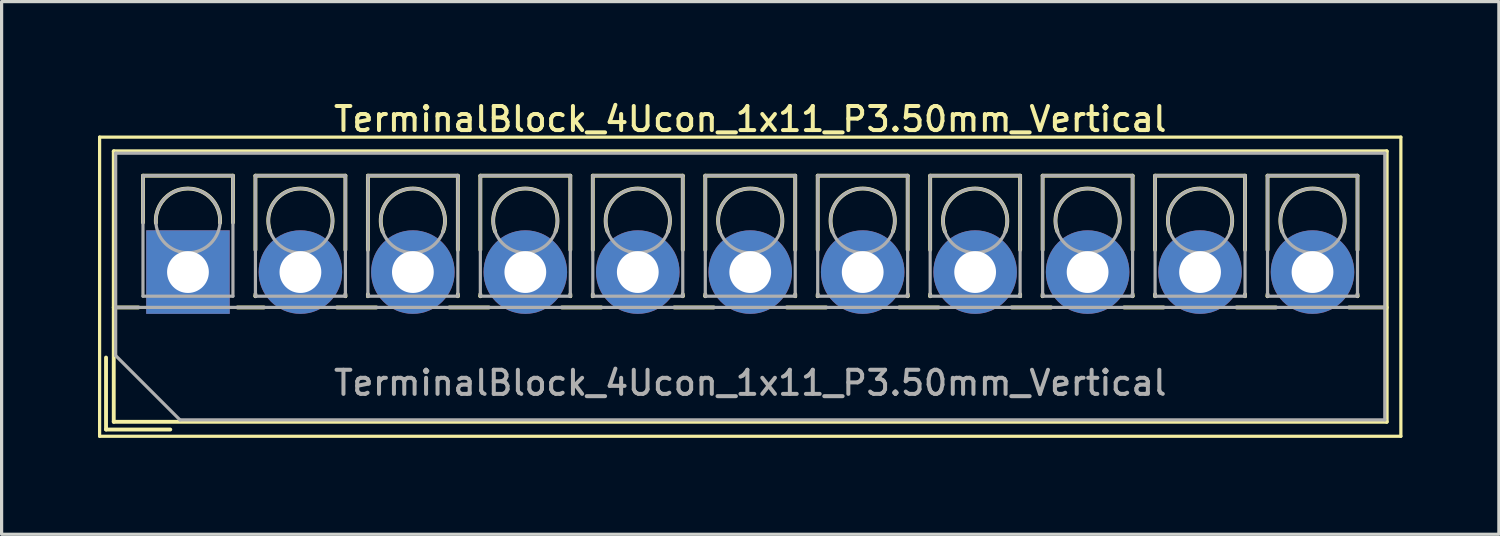
<source format=kicad_pcb>
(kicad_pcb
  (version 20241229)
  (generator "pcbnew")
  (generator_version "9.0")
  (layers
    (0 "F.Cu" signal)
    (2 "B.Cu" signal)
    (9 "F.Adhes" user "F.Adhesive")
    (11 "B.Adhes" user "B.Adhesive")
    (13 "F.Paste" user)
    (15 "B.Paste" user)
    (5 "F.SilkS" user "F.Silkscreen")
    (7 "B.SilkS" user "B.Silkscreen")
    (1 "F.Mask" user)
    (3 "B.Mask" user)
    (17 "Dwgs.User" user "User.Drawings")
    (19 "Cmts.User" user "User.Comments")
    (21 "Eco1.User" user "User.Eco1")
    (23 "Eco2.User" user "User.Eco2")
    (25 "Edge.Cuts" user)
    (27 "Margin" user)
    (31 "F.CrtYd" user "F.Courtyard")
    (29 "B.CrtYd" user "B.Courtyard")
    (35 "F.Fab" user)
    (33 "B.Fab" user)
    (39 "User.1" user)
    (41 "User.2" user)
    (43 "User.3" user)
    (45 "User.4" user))
  (footprint "TerminalBlock_4Ucon_1x11_P3.50mm_Vertical"
    (layer "F.Cu")
    (at 2.8 5.418)
    (property "Reference" "TerminalBlock_4Ucon_1x11_P3.50mm_Vertical" (at 17.5 -4.76 0) (layer "F.SilkS") (effects (font (size 0.75 0.75) (thickness 0.125))))
    (attr through_hole)
    (fp_line (start -2.75 -4.2) (end -2.75 5.11) (stroke (width 0.1) (type solid)) (layer "F.SilkS"))
    (fp_line (start -2.75 5.11) (end 37.75 5.11) (stroke (width 0.1) (type solid)) (layer "F.SilkS"))
    (fp_line (start -2.55 2.66) (end -2.55 4.9) (stroke (width 0.12) (type solid)) (layer "F.SilkS"))
    (fp_line (start -2.55 4.9) (end -0.55 4.9) (stroke (width 0.12) (type solid)) (layer "F.SilkS"))
    (fp_line (start -2.31 -3.76) (end -2.31 4.66) (stroke (width 0.12) (type solid)) (layer "F.SilkS"))
    (fp_line (start -2.31 -3.76) (end 37.31 -3.76) (stroke (width 0.12) (type solid)) (layer "F.SilkS"))
    (fp_line (start -2.31 1.101) (end -1.54 1.101) (stroke (width 0.12) (type solid)) (layer "F.SilkS"))
    (fp_line (start -2.31 4.66) (end 37.31 4.66) (stroke (width 0.12) (type solid)) (layer "F.SilkS"))
    (fp_line (start -1.4 -3) (end -1.4 -1.54) (stroke (width 0.12) (type solid)) (layer "F.SilkS"))
    (fp_line (start -1.4 -3) (end 1.4 -3) (stroke (width 0.12) (type solid)) (layer "F.SilkS"))
    (fp_line (start 1.4 -3) (end 1.4 -1.54) (stroke (width 0.12) (type solid)) (layer "F.SilkS"))
    (fp_line (start 1.54 1.101) (end 2.367 1.101) (stroke (width 0.12) (type solid)) (layer "F.SilkS"))
    (fp_line (start 2.1 -3) (end 2.1 -0.689) (stroke (width 0.12) (type solid)) (layer "F.SilkS"))
    (fp_line (start 2.1 -3) (end 4.9 -3) (stroke (width 0.12) (type solid)) (layer "F.SilkS"))
    (fp_line (start 2.1 0.689) (end 2.1 0.75) (stroke (width 0.12) (type solid)) (layer "F.SilkS"))
    (fp_line (start 2.1 0.75) (end 2.101 0.75) (stroke (width 0.12) (type solid)) (layer "F.SilkS"))
    (fp_line (start 4.634 1.101) (end 5.867 1.101) (stroke (width 0.12) (type solid)) (layer "F.SilkS"))
    (fp_line (start 4.9 -3) (end 4.9 -0.689) (stroke (width 0.12) (type solid)) (layer "F.SilkS"))
    (fp_line (start 4.9 0.689) (end 4.9 0.75) (stroke (width 0.12) (type solid)) (layer "F.SilkS"))
    (fp_line (start 4.9 0.75) (end 4.9 0.75) (stroke (width 0.12) (type solid)) (layer "F.SilkS"))
    (fp_line (start 5.6 -3) (end 5.6 -0.689) (stroke (width 0.12) (type solid)) (layer "F.SilkS"))
    (fp_line (start 5.6 -3) (end 8.4 -3) (stroke (width 0.12) (type solid)) (layer "F.SilkS"))
    (fp_line (start 5.6 0.689) (end 5.6 0.75) (stroke (width 0.12) (type solid)) (layer "F.SilkS"))
    (fp_line (start 5.6 0.75) (end 5.601 0.75) (stroke (width 0.12) (type solid)) (layer "F.SilkS"))
    (fp_line (start 8.134 1.101) (end 9.367 1.101) (stroke (width 0.12) (type solid)) (layer "F.SilkS"))
    (fp_line (start 8.4 -3) (end 8.4 -0.689) (stroke (width 0.12) (type solid)) (layer "F.SilkS"))
    (fp_line (start 8.4 0.689) (end 8.4 0.75) (stroke (width 0.12) (type solid)) (layer "F.SilkS"))
    (fp_line (start 8.4 0.75) (end 8.4 0.75) (stroke (width 0.12) (type solid)) (layer "F.SilkS"))
    (fp_line (start 9.1 -3) (end 9.1 -0.689) (stroke (width 0.12) (type solid)) (layer "F.SilkS"))
    (fp_line (start 9.1 -3) (end 11.9 -3) (stroke (width 0.12) (type solid)) (layer "F.SilkS"))
    (fp_line (start 9.1 0.689) (end 9.1 0.75) (stroke (width 0.12) (type solid)) (layer "F.SilkS"))
    (fp_line (start 9.1 0.75) (end 9.101 0.75) (stroke (width 0.12) (type solid)) (layer "F.SilkS"))
    (fp_line (start 11.634 1.101) (end 12.867 1.101) (stroke (width 0.12) (type solid)) (layer "F.SilkS"))
    (fp_line (start 11.9 -3) (end 11.9 -0.689) (stroke (width 0.12) (type solid)) (layer "F.SilkS"))
    (fp_line (start 11.9 0.689) (end 11.9 0.75) (stroke (width 0.12) (type solid)) (layer "F.SilkS"))
    (fp_line (start 11.9 0.75) (end 11.9 0.75) (stroke (width 0.12) (type solid)) (layer "F.SilkS"))
    (fp_line (start 12.6 -3) (end 12.6 -0.689) (stroke (width 0.12) (type solid)) (layer "F.SilkS"))
    (fp_line (start 12.6 -3) (end 15.4 -3) (stroke (width 0.12) (type solid)) (layer "F.SilkS"))
    (fp_line (start 12.6 0.689) (end 12.6 0.75) (stroke (width 0.12) (type solid)) (layer "F.SilkS"))
    (fp_line (start 12.6 0.75) (end 12.601 0.75) (stroke (width 0.12) (type solid)) (layer "F.SilkS"))
    (fp_line (start 15.134 1.101) (end 16.367 1.101) (stroke (width 0.12) (type solid)) (layer "F.SilkS"))
    (fp_line (start 15.4 -3) (end 15.4 -0.689) (stroke (width 0.12) (type solid)) (layer "F.SilkS"))
    (fp_line (start 15.4 0.689) (end 15.4 0.75) (stroke (width 0.12) (type solid)) (layer "F.SilkS"))
    (fp_line (start 15.4 0.75) (end 15.4 0.75) (stroke (width 0.12) (type solid)) (layer "F.SilkS"))
    (fp_line (start 16.101 -3) (end 16.101 -0.689) (stroke (width 0.12) (type solid)) (layer "F.SilkS"))
    (fp_line (start 16.101 -3) (end 18.9 -3) (stroke (width 0.12) (type solid)) (layer "F.SilkS"))
    (fp_line (start 16.101 0.689) (end 16.101 0.75) (stroke (width 0.12) (type solid)) (layer "F.SilkS"))
    (fp_line (start 16.101 0.75) (end 16.101 0.75) (stroke (width 0.12) (type solid)) (layer "F.SilkS"))
    (fp_line (start 18.634 1.101) (end 19.867 1.101) (stroke (width 0.12) (type solid)) (layer "F.SilkS"))
    (fp_line (start 18.9 -3) (end 18.9 -0.689) (stroke (width 0.12) (type solid)) (layer "F.SilkS"))
    (fp_line (start 18.9 0.689) (end 18.9 0.75) (stroke (width 0.12) (type solid)) (layer "F.SilkS"))
    (fp_line (start 18.9 0.75) (end 18.9 0.75) (stroke (width 0.12) (type solid)) (layer "F.SilkS"))
    (fp_line (start 19.6 -3) (end 19.6 -0.689) (stroke (width 0.12) (type solid)) (layer "F.SilkS"))
    (fp_line (start 19.6 -3) (end 22.4 -3) (stroke (width 0.12) (type solid)) (layer "F.SilkS"))
    (fp_line (start 19.6 0.689) (end 19.6 0.75) (stroke (width 0.12) (type solid)) (layer "F.SilkS"))
    (fp_line (start 19.6 0.75) (end 19.601 0.75) (stroke (width 0.12) (type solid)) (layer "F.SilkS"))
    (fp_line (start 22.134 1.101) (end 23.367 1.101) (stroke (width 0.12) (type solid)) (layer "F.SilkS"))
    (fp_line (start 22.4 -3) (end 22.4 -0.689) (stroke (width 0.12) (type solid)) (layer "F.SilkS"))
    (fp_line (start 22.4 0.689) (end 22.4 0.75) (stroke (width 0.12) (type solid)) (layer "F.SilkS"))
    (fp_line (start 22.4 0.75) (end 22.4 0.75) (stroke (width 0.12) (type solid)) (layer "F.SilkS"))
    (fp_line (start 23.1 -3) (end 23.1 -0.689) (stroke (width 0.12) (type solid)) (layer "F.SilkS"))
    (fp_line (start 23.1 -3) (end 25.9 -3) (stroke (width 0.12) (type solid)) (layer "F.SilkS"))
    (fp_line (start 23.1 0.689) (end 23.1 0.75) (stroke (width 0.12) (type solid)) (layer "F.SilkS"))
    (fp_line (start 23.1 0.75) (end 23.101 0.75) (stroke (width 0.12) (type solid)) (layer "F.SilkS"))
    (fp_line (start 25.634 1.101) (end 26.867 1.101) (stroke (width 0.12) (type solid)) (layer "F.SilkS"))
    (fp_line (start 25.9 -3) (end 25.9 -0.689) (stroke (width 0.12) (type solid)) (layer "F.SilkS"))
    (fp_line (start 25.9 0.689) (end 25.9 0.75) (stroke (width 0.12) (type solid)) (layer "F.SilkS"))
    (fp_line (start 25.9 0.75) (end 25.9 0.75) (stroke (width 0.12) (type solid)) (layer "F.SilkS"))
    (fp_line (start 26.6 -3) (end 26.6 -0.689) (stroke (width 0.12) (type solid)) (layer "F.SilkS"))
    (fp_line (start 26.6 -3) (end 29.4 -3) (stroke (width 0.12) (type solid)) (layer "F.SilkS"))
    (fp_line (start 26.6 0.689) (end 26.6 0.75) (stroke (width 0.12) (type solid)) (layer "F.SilkS"))
    (fp_line (start 26.6 0.75) (end 26.601 0.75) (stroke (width 0.12) (type solid)) (layer "F.SilkS"))
    (fp_line (start 29.134 1.101) (end 30.367 1.101) (stroke (width 0.12) (type solid)) (layer "F.SilkS"))
    (fp_line (start 29.4 -3) (end 29.4 -0.689) (stroke (width 0.12) (type solid)) (layer "F.SilkS"))
    (fp_line (start 29.4 0.689) (end 29.4 0.75) (stroke (width 0.12) (type solid)) (layer "F.SilkS"))
    (fp_line (start 29.4 0.75) (end 29.4 0.75) (stroke (width 0.12) (type solid)) (layer "F.SilkS"))
    (fp_line (start 30.1 -3) (end 30.1 -0.689) (stroke (width 0.12) (type solid)) (layer "F.SilkS"))
    (fp_line (start 30.1 -3) (end 32.9 -3) (stroke (width 0.12) (type solid)) (layer "F.SilkS"))
    (fp_line (start 30.1 0.689) (end 30.1 0.75) (stroke (width 0.12) (type solid)) (layer "F.SilkS"))
    (fp_line (start 30.1 0.75) (end 30.101 0.75) (stroke (width 0.12) (type solid)) (layer "F.SilkS"))
    (fp_line (start 32.634 1.101) (end 33.867 1.101) (stroke (width 0.12) (type solid)) (layer "F.SilkS"))
    (fp_line (start 32.9 -3) (end 32.9 -0.689) (stroke (width 0.12) (type solid)) (layer "F.SilkS"))
    (fp_line (start 32.9 0.689) (end 32.9 0.75) (stroke (width 0.12) (type solid)) (layer "F.SilkS"))
    (fp_line (start 32.9 0.75) (end 32.9 0.75) (stroke (width 0.12) (type solid)) (layer "F.SilkS"))
    (fp_line (start 33.6 -3) (end 33.6 -0.689) (stroke (width 0.12) (type solid)) (layer "F.SilkS"))
    (fp_line (start 33.6 -3) (end 36.4 -3) (stroke (width 0.12) (type solid)) (layer "F.SilkS"))
    (fp_line (start 33.6 0.689) (end 33.6 0.75) (stroke (width 0.12) (type solid)) (layer "F.SilkS"))
    (fp_line (start 33.6 0.75) (end 33.601 0.75) (stroke (width 0.12) (type solid)) (layer "F.SilkS"))
    (fp_line (start 36.134 1.101) (end 37.31 1.101) (stroke (width 0.12) (type solid)) (layer "F.SilkS"))
    (fp_line (start 36.4 -3) (end 36.4 -0.689) (stroke (width 0.12) (type solid)) (layer "F.SilkS"))
    (fp_line (start 36.4 0.689) (end 36.4 0.75) (stroke (width 0.12) (type solid)) (layer "F.SilkS"))
    (fp_line (start 36.4 0.75) (end 36.4 0.75) (stroke (width 0.12) (type solid)) (layer "F.SilkS"))
    (fp_line (start 37.31 -3.76) (end 37.31 4.66) (stroke (width 0.12) (type solid)) (layer "F.SilkS"))
    (fp_line (start 37.75 -4.2) (end -2.75 -4.2) (stroke (width 0.1) (type solid)) (layer "F.SilkS"))
    (fp_line (start 37.75 5.11) (end 37.75 -4.2) (stroke (width 0.1) (type solid)) (layer "F.SilkS"))
    (fp_arc (start -0.99789 -1.529434) (mid -0.000785 -2.600382) (end 0.998 -1.531) (stroke (width 0.12) (type solid)) (layer "F.SilkS"))
    (fp_arc (start 2.560085 -1.257767) (mid 3.499876 -2.600282) (end 4.44 -1.258) (stroke (width 0.12) (type solid)) (layer "F.SilkS"))
    (fp_arc (start 6.060085 -1.257767) (mid 6.999876 -2.600282) (end 7.94 -1.258) (stroke (width 0.12) (type solid)) (layer "F.SilkS"))
    (fp_arc (start 9.560085 -1.257767) (mid 10.499876 -2.600282) (end 11.44 -1.258) (stroke (width 0.12) (type solid)) (layer "F.SilkS"))
    (fp_arc (start 13.060085 -1.257767) (mid 13.999876 -2.600282) (end 14.94 -1.258) (stroke (width 0.12) (type solid)) (layer "F.SilkS"))
    (fp_arc (start 16.560085 -1.257767) (mid 17.499876 -2.600282) (end 18.44 -1.258) (stroke (width 0.12) (type solid)) (layer "F.SilkS"))
    (fp_arc (start 20.060085 -1.257767) (mid 20.999876 -2.600282) (end 21.94 -1.258) (stroke (width 0.12) (type solid)) (layer "F.SilkS"))
    (fp_arc (start 23.560085 -1.257767) (mid 24.499876 -2.600282) (end 25.44 -1.258) (stroke (width 0.12) (type solid)) (layer "F.SilkS"))
    (fp_arc (start 27.060085 -1.257767) (mid 27.999876 -2.600282) (end 28.94 -1.258) (stroke (width 0.12) (type solid)) (layer "F.SilkS"))
    (fp_arc (start 30.560085 -1.257767) (mid 31.499876 -2.600282) (end 32.44 -1.258) (stroke (width 0.12) (type solid)) (layer "F.SilkS"))
    (fp_arc (start 34.060085 -1.257767) (mid 34.999876 -2.600282) (end 35.94 -1.258) (stroke (width 0.12) (type solid)) (layer "F.SilkS"))
    (fp_line (start -2.25 -3.7) (end 37.25 -3.7) (stroke (width 0.1) (type solid)) (layer "F.Fab"))
    (fp_line (start -2.25 1.1) (end 37.25 1.1) (stroke (width 0.1) (type solid)) (layer "F.Fab"))
    (fp_line (start -2.25 2.6) (end -2.25 -3.7) (stroke (width 0.1) (type solid)) (layer "F.Fab"))
    (fp_line (start -1.4 -3) (end -1.4 0.75) (stroke (width 0.1) (type solid)) (layer "F.Fab"))
    (fp_line (start -1.4 0.75) (end 1.4 0.75) (stroke (width 0.1) (type solid)) (layer "F.Fab"))
    (fp_line (start -0.25 4.6) (end -2.25 2.6) (stroke (width 0.1) (type solid)) (layer "F.Fab"))
    (fp_line (start 1.4 -3) (end -1.4 -3) (stroke (width 0.1) (type solid)) (layer "F.Fab"))
    (fp_line (start 1.4 0.75) (end 1.4 -3) (stroke (width 0.1) (type solid)) (layer "F.Fab"))
    (fp_line (start 2.1 -3) (end 2.1 0.75) (stroke (width 0.1) (type solid)) (layer "F.Fab"))
    (fp_line (start 2.1 0.75) (end 4.9 0.75) (stroke (width 0.1) (type solid)) (layer "F.Fab"))
    (fp_line (start 4.9 -3) (end 2.1 -3) (stroke (width 0.1) (type solid)) (layer "F.Fab"))
    (fp_line (start 4.9 0.75) (end 4.9 -3) (stroke (width 0.1) (type solid)) (layer "F.Fab"))
    (fp_line (start 5.6 -3) (end 5.6 0.75) (stroke (width 0.1) (type solid)) (layer "F.Fab"))
    (fp_line (start 5.6 0.75) (end 8.4 0.75) (stroke (width 0.1) (type solid)) (layer "F.Fab"))
    (fp_line (start 8.4 -3) (end 5.6 -3) (stroke (width 0.1) (type solid)) (layer "F.Fab"))
    (fp_line (start 8.4 0.75) (end 8.4 -3) (stroke (width 0.1) (type solid)) (layer "F.Fab"))
    (fp_line (start 9.1 -3) (end 9.1 0.75) (stroke (width 0.1) (type solid)) (layer "F.Fab"))
    (fp_line (start 9.1 0.75) (end 11.9 0.75) (stroke (width 0.1) (type solid)) (layer "F.Fab"))
    (fp_line (start 11.9 -3) (end 9.1 -3) (stroke (width 0.1) (type solid)) (layer "F.Fab"))
    (fp_line (start 11.9 0.75) (end 11.9 -3) (stroke (width 0.1) (type solid)) (layer "F.Fab"))
    (fp_line (start 12.6 -3) (end 12.6 0.75) (stroke (width 0.1) (type solid)) (layer "F.Fab"))
    (fp_line (start 12.6 0.75) (end 15.4 0.75) (stroke (width 0.1) (type solid)) (layer "F.Fab"))
    (fp_line (start 15.4 -3) (end 12.6 -3) (stroke (width 0.1) (type solid)) (layer "F.Fab"))
    (fp_line (start 15.4 0.75) (end 15.4 -3) (stroke (width 0.1) (type solid)) (layer "F.Fab"))
    (fp_line (start 16.101 -3) (end 16.101 0.75) (stroke (width 0.1) (type solid)) (layer "F.Fab"))
    (fp_line (start 16.101 0.75) (end 18.9 0.75) (stroke (width 0.1) (type solid)) (layer "F.Fab"))
    (fp_line (start 18.9 -3) (end 16.101 -3) (stroke (width 0.1) (type solid)) (layer "F.Fab"))
    (fp_line (start 18.9 0.75) (end 18.9 -3) (stroke (width 0.1) (type solid)) (layer "F.Fab"))
    (fp_line (start 19.6 -3) (end 19.6 0.75) (stroke (width 0.1) (type solid)) (layer "F.Fab"))
    (fp_line (start 19.6 0.75) (end 22.4 0.75) (stroke (width 0.1) (type solid)) (layer "F.Fab"))
    (fp_line (start 22.4 -3) (end 19.6 -3) (stroke (width 0.1) (type solid)) (layer "F.Fab"))
    (fp_line (start 22.4 0.75) (end 22.4 -3) (stroke (width 0.1) (type solid)) (layer "F.Fab"))
    (fp_line (start 23.1 -3) (end 23.1 0.75) (stroke (width 0.1) (type solid)) (layer "F.Fab"))
    (fp_line (start 23.1 0.75) (end 25.9 0.75) (stroke (width 0.1) (type solid)) (layer "F.Fab"))
    (fp_line (start 25.9 -3) (end 23.1 -3) (stroke (width 0.1) (type solid)) (layer "F.Fab"))
    (fp_line (start 25.9 0.75) (end 25.9 -3) (stroke (width 0.1) (type solid)) (layer "F.Fab"))
    (fp_line (start 26.6 -3) (end 26.6 0.75) (stroke (width 0.1) (type solid)) (layer "F.Fab"))
    (fp_line (start 26.6 0.75) (end 29.4 0.75) (stroke (width 0.1) (type solid)) (layer "F.Fab"))
    (fp_line (start 29.4 -3) (end 26.6 -3) (stroke (width 0.1) (type solid)) (layer "F.Fab"))
    (fp_line (start 29.4 0.75) (end 29.4 -3) (stroke (width 0.1) (type solid)) (layer "F.Fab"))
    (fp_line (start 30.1 -3) (end 30.1 0.75) (stroke (width 0.1) (type solid)) (layer "F.Fab"))
    (fp_line (start 30.1 0.75) (end 32.9 0.75) (stroke (width 0.1) (type solid)) (layer "F.Fab"))
    (fp_line (start 32.9 -3) (end 30.1 -3) (stroke (width 0.1) (type solid)) (layer "F.Fab"))
    (fp_line (start 32.9 0.75) (end 32.9 -3) (stroke (width 0.1) (type solid)) (layer "F.Fab"))
    (fp_line (start 33.6 -3) (end 33.6 0.75) (stroke (width 0.1) (type solid)) (layer "F.Fab"))
    (fp_line (start 33.6 0.75) (end 36.4 0.75) (stroke (width 0.1) (type solid)) (layer "F.Fab"))
    (fp_line (start 36.4 -3) (end 33.6 -3) (stroke (width 0.1) (type solid)) (layer "F.Fab"))
    (fp_line (start 36.4 0.75) (end 36.4 -3) (stroke (width 0.1) (type solid)) (layer "F.Fab"))
    (fp_line (start 37.25 -3.7) (end 37.25 4.6) (stroke (width 0.1) (type solid)) (layer "F.Fab"))
    (fp_line (start 37.25 4.6) (end -0.25 4.6) (stroke (width 0.1) (type solid)) (layer "F.Fab"))
    (fp_circle (center 0 -1.6) (end 1 -1.6) (stroke (width 0.1) (type solid)) (fill no) (layer "F.Fab"))
    (fp_circle (center 3.5 -1.6) (end 4.5 -1.6) (stroke (width 0.1) (type solid)) (fill no) (layer "F.Fab"))
    (fp_circle (center 7 -1.6) (end 8 -1.6) (stroke (width 0.1) (type solid)) (fill no) (layer "F.Fab"))
    (fp_circle (center 10.5 -1.6) (end 11.5 -1.6) (stroke (width 0.1) (type solid)) (fill no) (layer "F.Fab"))
    (fp_circle (center 14 -1.6) (end 15 -1.6) (stroke (width 0.1) (type solid)) (fill no) (layer "F.Fab"))
    (fp_circle (center 17.5 -1.6) (end 18.5 -1.6) (stroke (width 0.1) (type solid)) (fill no) (layer "F.Fab"))
    (fp_circle (center 21 -1.6) (end 22 -1.6) (stroke (width 0.1) (type solid)) (fill no) (layer "F.Fab"))
    (fp_circle (center 24.5 -1.6) (end 25.5 -1.6) (stroke (width 0.1) (type solid)) (fill no) (layer "F.Fab"))
    (fp_circle (center 28 -1.6) (end 29 -1.6) (stroke (width 0.1) (type solid)) (fill no) (layer "F.Fab"))
    (fp_circle (center 31.5 -1.6) (end 32.5 -1.6) (stroke (width 0.1) (type solid)) (fill no) (layer "F.Fab"))
    (fp_circle (center 35 -1.6) (end 36 -1.6) (stroke (width 0.1) (type solid)) (fill no) (layer "F.Fab"))
    (fp_text user "${REFERENCE}" (at 17.5 3.45 0) (layer "F.Fab") (effects (font (size 0.75 0.75) (thickness 0.125))))
    (pad "1" thru_hole rect (at 0 0) (size 2.6 2.6) (drill 1.3) (layers "*.Cu" "*.Mask"))
    (pad "2" thru_hole circle (at 3.5 0) (size 2.6 2.6) (drill 1.3) (layers "*.Cu" "*.Mask"))
    (pad "3" thru_hole circle (at 7 0) (size 2.6 2.6) (drill 1.3) (layers "*.Cu" "*.Mask"))
    (pad "4" thru_hole circle (at 10.5 0) (size 2.6 2.6) (drill 1.3) (layers "*.Cu" "*.Mask"))
    (pad "5" thru_hole circle (at 14 0) (size 2.6 2.6) (drill 1.3) (layers "*.Cu" "*.Mask"))
    (pad "6" thru_hole circle (at 17.5 0) (size 2.6 2.6) (drill 1.3) (layers "*.Cu" "*.Mask"))
    (pad "7" thru_hole circle (at 21 0) (size 2.6 2.6) (drill 1.3) (layers "*.Cu" "*.Mask"))
    (pad "8" thru_hole circle (at 24.5 0) (size 2.6 2.6) (drill 1.3) (layers "*.Cu" "*.Mask"))
    (pad "9" thru_hole circle (at 28 0) (size 2.6 2.6) (drill 1.3) (layers "*.Cu" "*.Mask"))
    (pad "10" thru_hole circle (at 31.5 0) (size 2.6 2.6) (drill 1.3) (layers "*.Cu" "*.Mask"))
    (pad "11" thru_hole circle (at 35 0) (size 2.6 2.6) (drill 1.3) (layers "*.Cu" "*.Mask")))
  (gr_rect
    (start -3 -3)
    (end 43.6 13.578)
    (stroke (width 0.1) (type default))
    (fill no)
    (layer "Edge.Cuts")))
</source>
